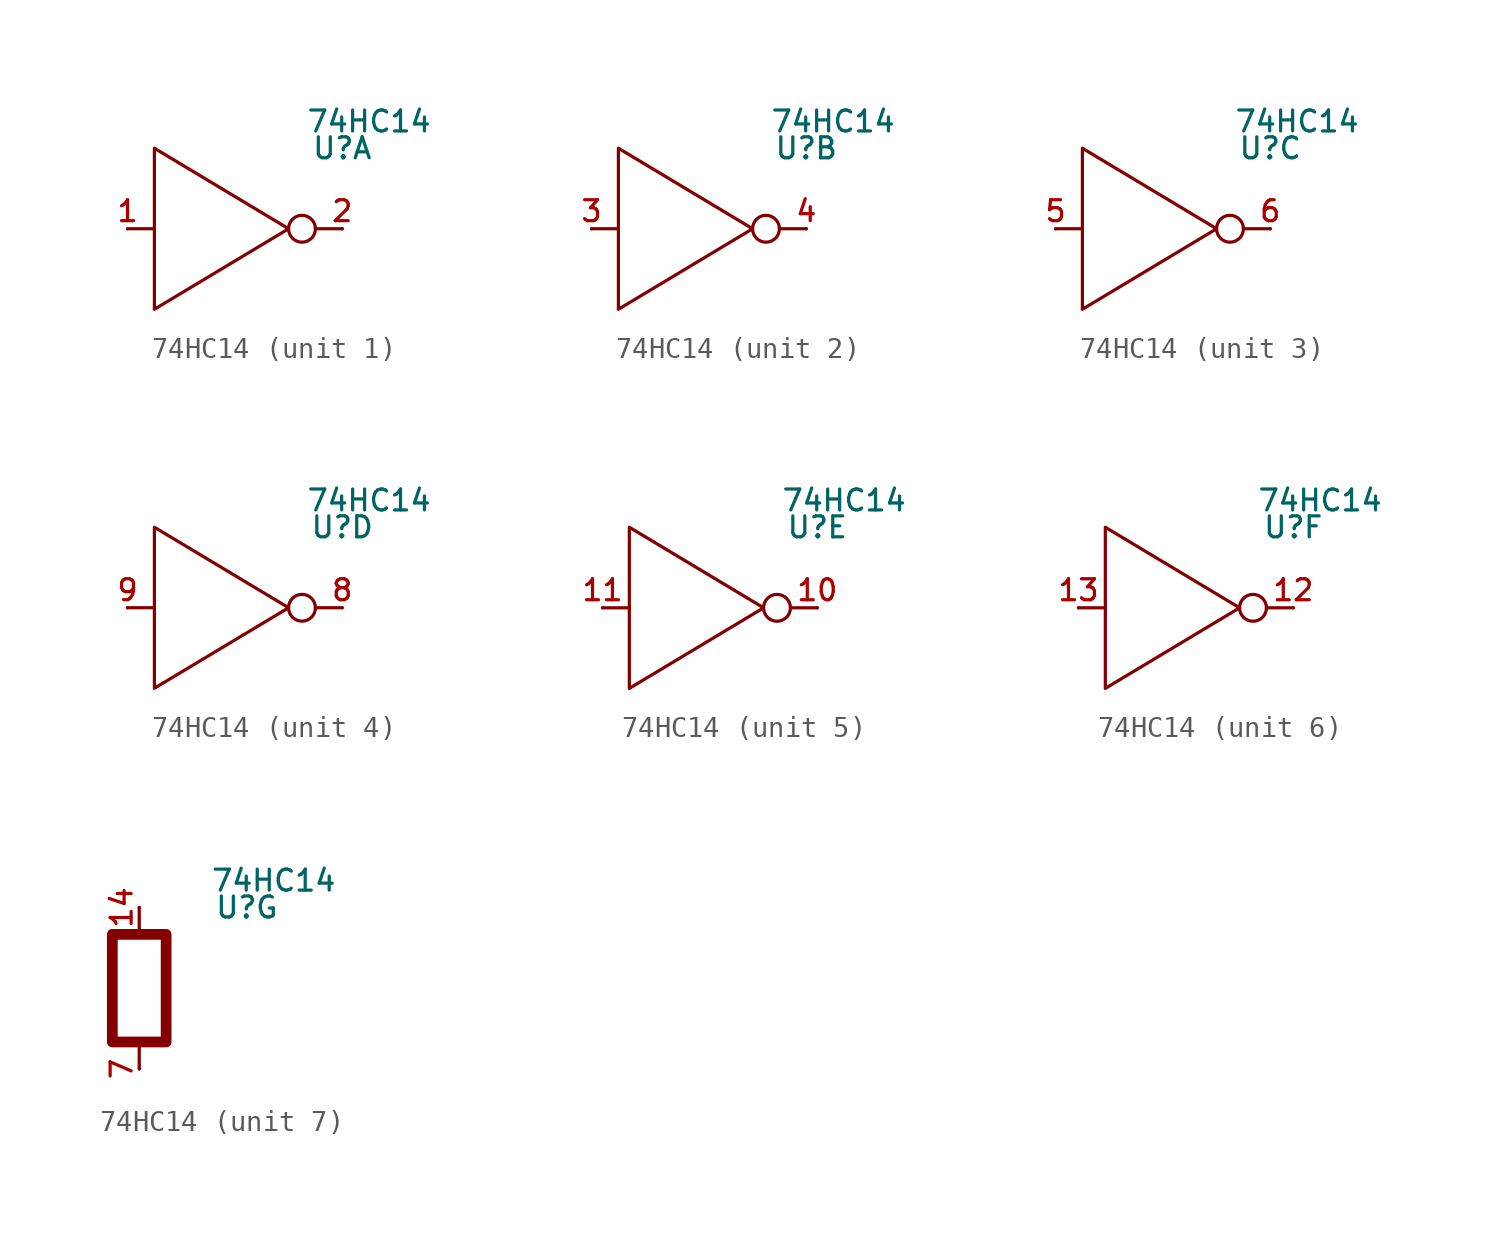
<source format=kicad_sym>
(kicad_symbol_lib
  (version 20211014)
  (generator kicad_symbol_editor)
  (symbol "74HC14"
    (pin_names
      (offset 1.016) hide)
    (property "Reference" "U"
      (at 5.08 3.81 0)
      (effects (font (size 0.991 0.991))))
    (property "Value" "74HC14"
      (at 6.35 5.08 0)
      (effects (font (size 0.991 0.991))))
    (property "ki_locked" ""
      (at 0 0 0)
      (effects (font (size 1.27 1.27))))
    (symbol "74HC14_1_1"
      (polyline (pts (xy -5.08 0) (xy -3.81 0)) (stroke (width 0) (type default) (color 0 0 0 0)) (fill (type none)))
      (polyline (pts (xy 5.08 0) (xy 3.81 0)) (stroke (width 0) (type default) (color 0 0 0 0)) (fill (type none)))
      (polyline (pts (xy -3.81 3.81) (xy 2.54 0) (xy -3.81 -3.81) (xy -3.81 3.81)) (stroke (width 0) (type default) (color 0 0 0 0)) (fill (type none)))
      (circle (center 3.175 0) (radius 0.635) (stroke (width 0) (type default) (color 0 0 0 0)) (fill (type none)))
      (pin input line (at -5.08 0 0) (length 0) (name "1" (effects (font (size 0.991 0.991)))) (number "1" (effects (font (size 0.991 0.991)))))
      (pin output line (at 5.08 0 180) (length 0) (name "2" (effects (font (size 0.991 0.991)))) (number "2" (effects (font (size 0.991 0.991))))))
    (symbol "74HC14_2_1"
      (polyline (pts (xy -5.08 0) (xy -3.81 0)) (stroke (width 0) (type default) (color 0 0 0 0)) (fill (type none)))
      (polyline (pts (xy 5.08 0) (xy 3.81 0)) (stroke (width 0) (type default) (color 0 0 0 0)) (fill (type none)))
      (polyline (pts (xy -3.81 3.81) (xy 2.54 0) (xy -3.81 -3.81) (xy -3.81 3.81)) (stroke (width 0) (type default) (color 0 0 0 0)) (fill (type none)))
      (circle (center 3.175 0) (radius 0.635) (stroke (width 0) (type default) (color 0 0 0 0)) (fill (type none)))
      (pin input line (at -5.08 0 0) (length 0) (name "~" (effects (font (size 0.991 0.991)))) (number "3" (effects (font (size 0.991 0.991)))))
      (pin output line (at 5.08 0 180) (length 0) (name "~" (effects (font (size 0.991 0.991)))) (number "4" (effects (font (size 0.991 0.991))))))
    (symbol "74HC14_3_1"
      (polyline (pts (xy -5.08 0) (xy -3.81 0)) (stroke (width 0) (type default) (color 0 0 0 0)) (fill (type none)))
      (polyline (pts (xy 5.08 0) (xy 3.81 0)) (stroke (width 0) (type default) (color 0 0 0 0)) (fill (type none)))
      (polyline (pts (xy -3.81 3.81) (xy 2.54 0) (xy -3.81 -3.81) (xy -3.81 3.81)) (stroke (width 0) (type default) (color 0 0 0 0)) (fill (type none)))
      (circle (center 3.175 0) (radius 0.635) (stroke (width 0) (type default) (color 0 0 0 0)) (fill (type none)))
      (pin input line (at -5.08 0 0) (length 0) (name "~" (effects (font (size 0.991 0.991)))) (number "5" (effects (font (size 0.991 0.991)))))
      (pin output line (at 5.08 0 180) (length 0) (name "~" (effects (font (size 0.991 0.991)))) (number "6" (effects (font (size 0.991 0.991))))))
    (symbol "74HC14_4_1"
      (polyline (pts (xy -5.08 0) (xy -3.81 0)) (stroke (width 0) (type default) (color 0 0 0 0)) (fill (type none)))
      (polyline (pts (xy 5.08 0) (xy 3.81 0)) (stroke (width 0) (type default) (color 0 0 0 0)) (fill (type none)))
      (polyline (pts (xy -3.81 3.81) (xy 2.54 0) (xy -3.81 -3.81) (xy -3.81 3.81)) (stroke (width 0) (type default) (color 0 0 0 0)) (fill (type none)))
      (circle (center 3.175 0) (radius 0.635) (stroke (width 0) (type default) (color 0 0 0 0)) (fill (type none)))
      (pin output line (at 5.08 0 180) (length 0) (name "~" (effects (font (size 0.991 0.991)))) (number "8" (effects (font (size 0.991 0.991)))))
      (pin input line (at -5.08 0 0) (length 0) (name "~" (effects (font (size 0.991 0.991)))) (number "9" (effects (font (size 0.991 0.991))))))
    (symbol "74HC14_5_1"
      (polyline (pts (xy -5.08 0) (xy -3.81 0)) (stroke (width 0) (type default) (color 0 0 0 0)) (fill (type none)))
      (polyline (pts (xy 5.08 0) (xy 3.81 0)) (stroke (width 0) (type default) (color 0 0 0 0)) (fill (type none)))
      (polyline (pts (xy -3.81 3.81) (xy 2.54 0) (xy -3.81 -3.81) (xy -3.81 3.81)) (stroke (width 0) (type default) (color 0 0 0 0)) (fill (type none)))
      (circle (center 3.175 0) (radius 0.635) (stroke (width 0) (type default) (color 0 0 0 0)) (fill (type none)))
      (pin output line (at 5.08 0 180) (length 0) (name "~" (effects (font (size 0.991 0.991)))) (number "10" (effects (font (size 0.991 0.991)))))
      (pin input line (at -5.08 0 0) (length 0) (name "~" (effects (font (size 0.991 0.991)))) (number "11" (effects (font (size 0.991 0.991))))))
    (symbol "74HC14_6_1"
      (polyline (pts (xy -5.08 0) (xy -3.81 0)) (stroke (width 0) (type default) (color 0 0 0 0)) (fill (type none)))
      (polyline (pts (xy 5.08 0) (xy 3.81 0)) (stroke (width 0) (type default) (color 0 0 0 0)) (fill (type none)))
      (polyline (pts (xy -3.81 3.81) (xy 2.54 0) (xy -3.81 -3.81) (xy -3.81 3.81)) (stroke (width 0) (type default) (color 0 0 0 0)) (fill (type none)))
      (circle (center 3.175 0) (radius 0.635) (stroke (width 0) (type default) (color 0 0 0 0)) (fill (type none)))
      (pin output line (at 5.08 0 180) (length 0) (name "~" (effects (font (size 0.991 0.991)))) (number "12" (effects (font (size 0.991 0.991)))))
      (pin input line (at -5.08 0 0) (length 0) (name "~" (effects (font (size 0.991 0.991)))) (number "13" (effects (font (size 0.991 0.991))))))
    (symbol "74HC14_7_1"
      (polyline (pts (xy 0 -3.81) (xy 0 -2.54)) (stroke (width 0) (type default) (color 0 0 0 0)) (fill (type none)))
      (polyline (pts (xy 0 3.81) (xy 0 2.54)) (stroke (width 0) (type default) (color 0 0 0 0)) (fill (type none)))
      (polyline (pts (xy 1.27 -2.54) (xy -1.27 -2.54) (xy -1.27 2.54) (xy 1.27 2.54) (xy 1.27 -2.54)) (stroke (width 0.508) (type default) (color 0 0 0 0)) (fill (type none)))
      (pin power_in line (at 0 3.81 270) (length 0) (name "VCC" (effects (font (size 0.991 0.991)))) (number "14" (effects (font (size 0.991 0.991)))))
      (pin power_in line (at 0 -3.81 90) (length 0) (name "GND" (effects (font (size 0.991 0.991)))) (number "7" (effects (font (size 0.991 0.991))))))))
</source>
